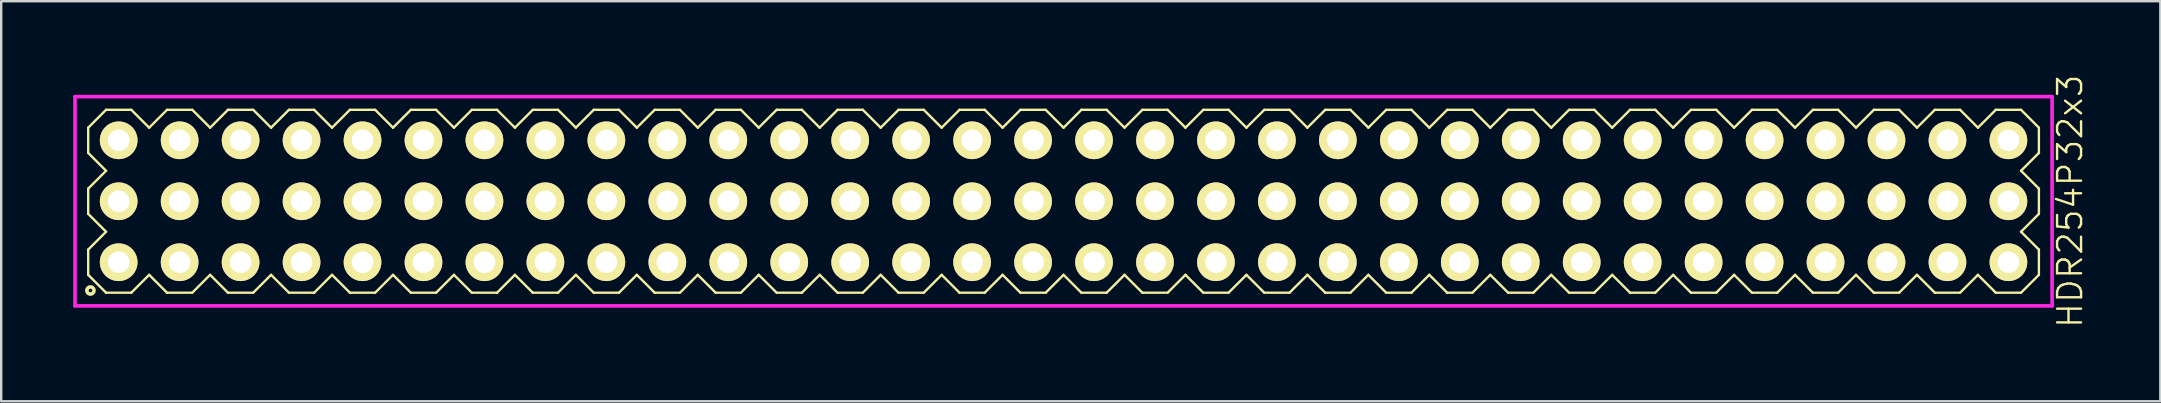
<source format=kicad_pcb>
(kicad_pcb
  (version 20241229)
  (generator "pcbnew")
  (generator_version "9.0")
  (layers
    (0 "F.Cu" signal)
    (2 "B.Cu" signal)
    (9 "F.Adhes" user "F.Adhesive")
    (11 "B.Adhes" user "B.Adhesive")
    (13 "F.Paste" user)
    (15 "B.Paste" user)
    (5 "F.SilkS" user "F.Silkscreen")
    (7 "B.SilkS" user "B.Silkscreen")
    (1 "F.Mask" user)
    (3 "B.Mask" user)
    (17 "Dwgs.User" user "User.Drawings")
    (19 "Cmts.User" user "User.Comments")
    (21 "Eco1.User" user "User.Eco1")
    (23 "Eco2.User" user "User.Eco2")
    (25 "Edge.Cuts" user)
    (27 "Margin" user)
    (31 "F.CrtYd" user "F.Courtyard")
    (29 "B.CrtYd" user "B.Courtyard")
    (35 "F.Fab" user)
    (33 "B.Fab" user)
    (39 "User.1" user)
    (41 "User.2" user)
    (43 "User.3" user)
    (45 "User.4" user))
  (footprint "HDR254P32x3"
    (layer "F.Cu")
    (at 41.265 5.336)
    (property "Reference" "HDR254P32x3" (at 41.94 0 90) (layer "F.SilkS") (effects (font (size 1 1) (thickness 0.1))))
    (attr through_hole)
    (fp_line (start -40.64 -3.066) (end -39.896 -3.81) (stroke (width 0.1) (type solid)) (layer "F.SilkS"))
    (fp_line (start -40.64 -2.014) (end -40.64 -3.066) (stroke (width 0.1) (type solid)) (layer "F.SilkS"))
    (fp_line (start -40.64 -0.526) (end -39.896 -1.27) (stroke (width 0.1) (type solid)) (layer "F.SilkS"))
    (fp_line (start -40.64 0.526) (end -40.64 -0.526) (stroke (width 0.1) (type solid)) (layer "F.SilkS"))
    (fp_line (start -40.64 2.014) (end -39.896 1.27) (stroke (width 0.1) (type solid)) (layer "F.SilkS"))
    (fp_line (start -40.64 3.066) (end -40.64 2.014) (stroke (width 0.1) (type solid)) (layer "F.SilkS"))
    (fp_line (start -39.896 -3.81) (end -38.844 -3.81) (stroke (width 0.1) (type solid)) (layer "F.SilkS"))
    (fp_line (start -39.896 -1.27) (end -40.64 -2.014) (stroke (width 0.1) (type solid)) (layer "F.SilkS"))
    (fp_line (start -39.896 1.27) (end -40.64 0.526) (stroke (width 0.1) (type solid)) (layer "F.SilkS"))
    (fp_line (start -39.896 3.81) (end -40.64 3.066) (stroke (width 0.1) (type solid)) (layer "F.SilkS"))
    (fp_line (start -38.844 -3.81) (end -38.1 -3.066) (stroke (width 0.1) (type solid)) (layer "F.SilkS"))
    (fp_line (start -38.844 3.81) (end -39.896 3.81) (stroke (width 0.1) (type solid)) (layer "F.SilkS"))
    (fp_line (start -38.1 -3.066) (end -37.356 -3.81) (stroke (width 0.1) (type solid)) (layer "F.SilkS"))
    (fp_line (start -38.1 3.066) (end -38.844 3.81) (stroke (width 0.1) (type solid)) (layer "F.SilkS"))
    (fp_line (start -37.356 -3.81) (end -36.304 -3.81) (stroke (width 0.1) (type solid)) (layer "F.SilkS"))
    (fp_line (start -37.356 3.81) (end -38.1 3.066) (stroke (width 0.1) (type solid)) (layer "F.SilkS"))
    (fp_line (start -36.304 -3.81) (end -35.56 -3.066) (stroke (width 0.1) (type solid)) (layer "F.SilkS"))
    (fp_line (start -36.304 3.81) (end -37.356 3.81) (stroke (width 0.1) (type solid)) (layer "F.SilkS"))
    (fp_line (start -35.56 -3.066) (end -34.816 -3.81) (stroke (width 0.1) (type solid)) (layer "F.SilkS"))
    (fp_line (start -35.56 3.066) (end -36.304 3.81) (stroke (width 0.1) (type solid)) (layer "F.SilkS"))
    (fp_line (start -34.816 -3.81) (end -33.764 -3.81) (stroke (width 0.1) (type solid)) (layer "F.SilkS"))
    (fp_line (start -34.816 3.81) (end -35.56 3.066) (stroke (width 0.1) (type solid)) (layer "F.SilkS"))
    (fp_line (start -33.764 -3.81) (end -33.02 -3.066) (stroke (width 0.1) (type solid)) (layer "F.SilkS"))
    (fp_line (start -33.764 3.81) (end -34.816 3.81) (stroke (width 0.1) (type solid)) (layer "F.SilkS"))
    (fp_line (start -33.02 -3.066) (end -32.276 -3.81) (stroke (width 0.1) (type solid)) (layer "F.SilkS"))
    (fp_line (start -33.02 3.066) (end -33.764 3.81) (stroke (width 0.1) (type solid)) (layer "F.SilkS"))
    (fp_line (start -32.276 -3.81) (end -31.224 -3.81) (stroke (width 0.1) (type solid)) (layer "F.SilkS"))
    (fp_line (start -32.276 3.81) (end -33.02 3.066) (stroke (width 0.1) (type solid)) (layer "F.SilkS"))
    (fp_line (start -31.224 -3.81) (end -30.48 -3.066) (stroke (width 0.1) (type solid)) (layer "F.SilkS"))
    (fp_line (start -31.224 3.81) (end -32.276 3.81) (stroke (width 0.1) (type solid)) (layer "F.SilkS"))
    (fp_line (start -30.48 -3.066) (end -29.736 -3.81) (stroke (width 0.1) (type solid)) (layer "F.SilkS"))
    (fp_line (start -30.48 3.066) (end -31.224 3.81) (stroke (width 0.1) (type solid)) (layer "F.SilkS"))
    (fp_line (start -29.736 -3.81) (end -28.684 -3.81) (stroke (width 0.1) (type solid)) (layer "F.SilkS"))
    (fp_line (start -29.736 3.81) (end -30.48 3.066) (stroke (width 0.1) (type solid)) (layer "F.SilkS"))
    (fp_line (start -28.684 -3.81) (end -27.94 -3.066) (stroke (width 0.1) (type solid)) (layer "F.SilkS"))
    (fp_line (start -28.684 3.81) (end -29.736 3.81) (stroke (width 0.1) (type solid)) (layer "F.SilkS"))
    (fp_line (start -27.94 -3.066) (end -27.196 -3.81) (stroke (width 0.1) (type solid)) (layer "F.SilkS"))
    (fp_line (start -27.94 3.066) (end -28.684 3.81) (stroke (width 0.1) (type solid)) (layer "F.SilkS"))
    (fp_line (start -27.196 -3.81) (end -26.144 -3.81) (stroke (width 0.1) (type solid)) (layer "F.SilkS"))
    (fp_line (start -27.196 3.81) (end -27.94 3.066) (stroke (width 0.1) (type solid)) (layer "F.SilkS"))
    (fp_line (start -26.144 -3.81) (end -25.4 -3.066) (stroke (width 0.1) (type solid)) (layer "F.SilkS"))
    (fp_line (start -26.144 3.81) (end -27.196 3.81) (stroke (width 0.1) (type solid)) (layer "F.SilkS"))
    (fp_line (start -25.4 -3.066) (end -24.656 -3.81) (stroke (width 0.1) (type solid)) (layer "F.SilkS"))
    (fp_line (start -25.4 3.066) (end -26.144 3.81) (stroke (width 0.1) (type solid)) (layer "F.SilkS"))
    (fp_line (start -24.656 -3.81) (end -23.604 -3.81) (stroke (width 0.1) (type solid)) (layer "F.SilkS"))
    (fp_line (start -24.656 3.81) (end -25.4 3.066) (stroke (width 0.1) (type solid)) (layer "F.SilkS"))
    (fp_line (start -23.604 -3.81) (end -22.86 -3.066) (stroke (width 0.1) (type solid)) (layer "F.SilkS"))
    (fp_line (start -23.604 3.81) (end -24.656 3.81) (stroke (width 0.1) (type solid)) (layer "F.SilkS"))
    (fp_line (start -22.86 -3.066) (end -22.116 -3.81) (stroke (width 0.1) (type solid)) (layer "F.SilkS"))
    (fp_line (start -22.86 3.066) (end -23.604 3.81) (stroke (width 0.1) (type solid)) (layer "F.SilkS"))
    (fp_line (start -22.116 -3.81) (end -21.064 -3.81) (stroke (width 0.1) (type solid)) (layer "F.SilkS"))
    (fp_line (start -22.116 3.81) (end -22.86 3.066) (stroke (width 0.1) (type solid)) (layer "F.SilkS"))
    (fp_line (start -21.064 -3.81) (end -20.32 -3.066) (stroke (width 0.1) (type solid)) (layer "F.SilkS"))
    (fp_line (start -21.064 3.81) (end -22.116 3.81) (stroke (width 0.1) (type solid)) (layer "F.SilkS"))
    (fp_line (start -20.32 -3.066) (end -19.576 -3.81) (stroke (width 0.1) (type solid)) (layer "F.SilkS"))
    (fp_line (start -20.32 3.066) (end -21.064 3.81) (stroke (width 0.1) (type solid)) (layer "F.SilkS"))
    (fp_line (start -19.576 -3.81) (end -18.524 -3.81) (stroke (width 0.1) (type solid)) (layer "F.SilkS"))
    (fp_line (start -19.576 3.81) (end -20.32 3.066) (stroke (width 0.1) (type solid)) (layer "F.SilkS"))
    (fp_line (start -18.524 -3.81) (end -17.78 -3.066) (stroke (width 0.1) (type solid)) (layer "F.SilkS"))
    (fp_line (start -18.524 3.81) (end -19.576 3.81) (stroke (width 0.1) (type solid)) (layer "F.SilkS"))
    (fp_line (start -17.78 -3.066) (end -17.036 -3.81) (stroke (width 0.1) (type solid)) (layer "F.SilkS"))
    (fp_line (start -17.78 3.066) (end -18.524 3.81) (stroke (width 0.1) (type solid)) (layer "F.SilkS"))
    (fp_line (start -17.036 -3.81) (end -15.984 -3.81) (stroke (width 0.1) (type solid)) (layer "F.SilkS"))
    (fp_line (start -17.036 3.81) (end -17.78 3.066) (stroke (width 0.1) (type solid)) (layer "F.SilkS"))
    (fp_line (start -15.984 -3.81) (end -15.24 -3.066) (stroke (width 0.1) (type solid)) (layer "F.SilkS"))
    (fp_line (start -15.984 3.81) (end -17.036 3.81) (stroke (width 0.1) (type solid)) (layer "F.SilkS"))
    (fp_line (start -15.24 -3.066) (end -14.496 -3.81) (stroke (width 0.1) (type solid)) (layer "F.SilkS"))
    (fp_line (start -15.24 3.066) (end -15.984 3.81) (stroke (width 0.1) (type solid)) (layer "F.SilkS"))
    (fp_line (start -14.496 -3.81) (end -13.444 -3.81) (stroke (width 0.1) (type solid)) (layer "F.SilkS"))
    (fp_line (start -14.496 3.81) (end -15.24 3.066) (stroke (width 0.1) (type solid)) (layer "F.SilkS"))
    (fp_line (start -13.444 -3.81) (end -12.7 -3.066) (stroke (width 0.1) (type solid)) (layer "F.SilkS"))
    (fp_line (start -13.444 3.81) (end -14.496 3.81) (stroke (width 0.1) (type solid)) (layer "F.SilkS"))
    (fp_line (start -12.7 -3.066) (end -11.956 -3.81) (stroke (width 0.1) (type solid)) (layer "F.SilkS"))
    (fp_line (start -12.7 3.066) (end -13.444 3.81) (stroke (width 0.1) (type solid)) (layer "F.SilkS"))
    (fp_line (start -11.956 -3.81) (end -10.904 -3.81) (stroke (width 0.1) (type solid)) (layer "F.SilkS"))
    (fp_line (start -11.956 3.81) (end -12.7 3.066) (stroke (width 0.1) (type solid)) (layer "F.SilkS"))
    (fp_line (start -10.904 -3.81) (end -10.16 -3.066) (stroke (width 0.1) (type solid)) (layer "F.SilkS"))
    (fp_line (start -10.904 3.81) (end -11.956 3.81) (stroke (width 0.1) (type solid)) (layer "F.SilkS"))
    (fp_line (start -10.16 -3.066) (end -9.416 -3.81) (stroke (width 0.1) (type solid)) (layer "F.SilkS"))
    (fp_line (start -10.16 3.066) (end -10.904 3.81) (stroke (width 0.1) (type solid)) (layer "F.SilkS"))
    (fp_line (start -9.416 -3.81) (end -8.364 -3.81) (stroke (width 0.1) (type solid)) (layer "F.SilkS"))
    (fp_line (start -9.416 3.81) (end -10.16 3.066) (stroke (width 0.1) (type solid)) (layer "F.SilkS"))
    (fp_line (start -8.364 -3.81) (end -7.62 -3.066) (stroke (width 0.1) (type solid)) (layer "F.SilkS"))
    (fp_line (start -8.364 3.81) (end -9.416 3.81) (stroke (width 0.1) (type solid)) (layer "F.SilkS"))
    (fp_line (start -7.62 -3.066) (end -6.876 -3.81) (stroke (width 0.1) (type solid)) (layer "F.SilkS"))
    (fp_line (start -7.62 3.066) (end -8.364 3.81) (stroke (width 0.1) (type solid)) (layer "F.SilkS"))
    (fp_line (start -6.876 -3.81) (end -5.824 -3.81) (stroke (width 0.1) (type solid)) (layer "F.SilkS"))
    (fp_line (start -6.876 3.81) (end -7.62 3.066) (stroke (width 0.1) (type solid)) (layer "F.SilkS"))
    (fp_line (start -5.824 -3.81) (end -5.08 -3.066) (stroke (width 0.1) (type solid)) (layer "F.SilkS"))
    (fp_line (start -5.824 3.81) (end -6.876 3.81) (stroke (width 0.1) (type solid)) (layer "F.SilkS"))
    (fp_line (start -5.08 -3.066) (end -4.336 -3.81) (stroke (width 0.1) (type solid)) (layer "F.SilkS"))
    (fp_line (start -5.08 3.066) (end -5.824 3.81) (stroke (width 0.1) (type solid)) (layer "F.SilkS"))
    (fp_line (start -4.336 -3.81) (end -3.284 -3.81) (stroke (width 0.1) (type solid)) (layer "F.SilkS"))
    (fp_line (start -4.336 3.81) (end -5.08 3.066) (stroke (width 0.1) (type solid)) (layer "F.SilkS"))
    (fp_line (start -3.284 -3.81) (end -2.54 -3.066) (stroke (width 0.1) (type solid)) (layer "F.SilkS"))
    (fp_line (start -3.284 3.81) (end -4.336 3.81) (stroke (width 0.1) (type solid)) (layer "F.SilkS"))
    (fp_line (start -2.54 -3.066) (end -1.796 -3.81) (stroke (width 0.1) (type solid)) (layer "F.SilkS"))
    (fp_line (start -2.54 3.066) (end -3.284 3.81) (stroke (width 0.1) (type solid)) (layer "F.SilkS"))
    (fp_line (start -1.796 -3.81) (end -0.744 -3.81) (stroke (width 0.1) (type solid)) (layer "F.SilkS"))
    (fp_line (start -1.796 3.81) (end -2.54 3.066) (stroke (width 0.1) (type solid)) (layer "F.SilkS"))
    (fp_line (start -0.744 -3.81) (end 0 -3.066) (stroke (width 0.1) (type solid)) (layer "F.SilkS"))
    (fp_line (start -0.744 3.81) (end -1.796 3.81) (stroke (width 0.1) (type solid)) (layer "F.SilkS"))
    (fp_line (start 0 -3.066) (end 0.744 -3.81) (stroke (width 0.1) (type solid)) (layer "F.SilkS"))
    (fp_line (start 0 3.066) (end -0.744 3.81) (stroke (width 0.1) (type solid)) (layer "F.SilkS"))
    (fp_line (start 0.744 -3.81) (end 1.796 -3.81) (stroke (width 0.1) (type solid)) (layer "F.SilkS"))
    (fp_line (start 0.744 3.81) (end 0 3.066) (stroke (width 0.1) (type solid)) (layer "F.SilkS"))
    (fp_line (start 1.796 -3.81) (end 2.54 -3.066) (stroke (width 0.1) (type solid)) (layer "F.SilkS"))
    (fp_line (start 1.796 3.81) (end 0.744 3.81) (stroke (width 0.1) (type solid)) (layer "F.SilkS"))
    (fp_line (start 2.54 -3.066) (end 3.284 -3.81) (stroke (width 0.1) (type solid)) (layer "F.SilkS"))
    (fp_line (start 2.54 3.066) (end 1.796 3.81) (stroke (width 0.1) (type solid)) (layer "F.SilkS"))
    (fp_line (start 3.284 -3.81) (end 4.336 -3.81) (stroke (width 0.1) (type solid)) (layer "F.SilkS"))
    (fp_line (start 3.284 3.81) (end 2.54 3.066) (stroke (width 0.1) (type solid)) (layer "F.SilkS"))
    (fp_line (start 4.336 -3.81) (end 5.08 -3.066) (stroke (width 0.1) (type solid)) (layer "F.SilkS"))
    (fp_line (start 4.336 3.81) (end 3.284 3.81) (stroke (width 0.1) (type solid)) (layer "F.SilkS"))
    (fp_line (start 5.08 -3.066) (end 5.824 -3.81) (stroke (width 0.1) (type solid)) (layer "F.SilkS"))
    (fp_line (start 5.08 3.066) (end 4.336 3.81) (stroke (width 0.1) (type solid)) (layer "F.SilkS"))
    (fp_line (start 5.824 -3.81) (end 6.876 -3.81) (stroke (width 0.1) (type solid)) (layer "F.SilkS"))
    (fp_line (start 5.824 3.81) (end 5.08 3.066) (stroke (width 0.1) (type solid)) (layer "F.SilkS"))
    (fp_line (start 6.876 -3.81) (end 7.62 -3.066) (stroke (width 0.1) (type solid)) (layer "F.SilkS"))
    (fp_line (start 6.876 3.81) (end 5.824 3.81) (stroke (width 0.1) (type solid)) (layer "F.SilkS"))
    (fp_line (start 7.62 -3.066) (end 8.364 -3.81) (stroke (width 0.1) (type solid)) (layer "F.SilkS"))
    (fp_line (start 7.62 3.066) (end 6.876 3.81) (stroke (width 0.1) (type solid)) (layer "F.SilkS"))
    (fp_line (start 8.364 -3.81) (end 9.416 -3.81) (stroke (width 0.1) (type solid)) (layer "F.SilkS"))
    (fp_line (start 8.364 3.81) (end 7.62 3.066) (stroke (width 0.1) (type solid)) (layer "F.SilkS"))
    (fp_line (start 9.416 -3.81) (end 10.16 -3.066) (stroke (width 0.1) (type solid)) (layer "F.SilkS"))
    (fp_line (start 9.416 3.81) (end 8.364 3.81) (stroke (width 0.1) (type solid)) (layer "F.SilkS"))
    (fp_line (start 10.16 -3.066) (end 10.904 -3.81) (stroke (width 0.1) (type solid)) (layer "F.SilkS"))
    (fp_line (start 10.16 3.066) (end 9.416 3.81) (stroke (width 0.1) (type solid)) (layer "F.SilkS"))
    (fp_line (start 10.904 -3.81) (end 11.956 -3.81) (stroke (width 0.1) (type solid)) (layer "F.SilkS"))
    (fp_line (start 10.904 3.81) (end 10.16 3.066) (stroke (width 0.1) (type solid)) (layer "F.SilkS"))
    (fp_line (start 11.956 -3.81) (end 12.7 -3.066) (stroke (width 0.1) (type solid)) (layer "F.SilkS"))
    (fp_line (start 11.956 3.81) (end 10.904 3.81) (stroke (width 0.1) (type solid)) (layer "F.SilkS"))
    (fp_line (start 12.7 -3.066) (end 13.444 -3.81) (stroke (width 0.1) (type solid)) (layer "F.SilkS"))
    (fp_line (start 12.7 3.066) (end 11.956 3.81) (stroke (width 0.1) (type solid)) (layer "F.SilkS"))
    (fp_line (start 13.444 -3.81) (end 14.496 -3.81) (stroke (width 0.1) (type solid)) (layer "F.SilkS"))
    (fp_line (start 13.444 3.81) (end 12.7 3.066) (stroke (width 0.1) (type solid)) (layer "F.SilkS"))
    (fp_line (start 14.496 -3.81) (end 15.24 -3.066) (stroke (width 0.1) (type solid)) (layer "F.SilkS"))
    (fp_line (start 14.496 3.81) (end 13.444 3.81) (stroke (width 0.1) (type solid)) (layer "F.SilkS"))
    (fp_line (start 15.24 -3.066) (end 15.984 -3.81) (stroke (width 0.1) (type solid)) (layer "F.SilkS"))
    (fp_line (start 15.24 3.066) (end 14.496 3.81) (stroke (width 0.1) (type solid)) (layer "F.SilkS"))
    (fp_line (start 15.984 -3.81) (end 17.036 -3.81) (stroke (width 0.1) (type solid)) (layer "F.SilkS"))
    (fp_line (start 15.984 3.81) (end 15.24 3.066) (stroke (width 0.1) (type solid)) (layer "F.SilkS"))
    (fp_line (start 17.036 -3.81) (end 17.78 -3.066) (stroke (width 0.1) (type solid)) (layer "F.SilkS"))
    (fp_line (start 17.036 3.81) (end 15.984 3.81) (stroke (width 0.1) (type solid)) (layer "F.SilkS"))
    (fp_line (start 17.78 -3.066) (end 18.524 -3.81) (stroke (width 0.1) (type solid)) (layer "F.SilkS"))
    (fp_line (start 17.78 3.066) (end 17.036 3.81) (stroke (width 0.1) (type solid)) (layer "F.SilkS"))
    (fp_line (start 18.524 -3.81) (end 19.576 -3.81) (stroke (width 0.1) (type solid)) (layer "F.SilkS"))
    (fp_line (start 18.524 3.81) (end 17.78 3.066) (stroke (width 0.1) (type solid)) (layer "F.SilkS"))
    (fp_line (start 19.576 -3.81) (end 20.32 -3.066) (stroke (width 0.1) (type solid)) (layer "F.SilkS"))
    (fp_line (start 19.576 3.81) (end 18.524 3.81) (stroke (width 0.1) (type solid)) (layer "F.SilkS"))
    (fp_line (start 20.32 -3.066) (end 21.064 -3.81) (stroke (width 0.1) (type solid)) (layer "F.SilkS"))
    (fp_line (start 20.32 3.066) (end 19.576 3.81) (stroke (width 0.1) (type solid)) (layer "F.SilkS"))
    (fp_line (start 21.064 -3.81) (end 22.116 -3.81) (stroke (width 0.1) (type solid)) (layer "F.SilkS"))
    (fp_line (start 21.064 3.81) (end 20.32 3.066) (stroke (width 0.1) (type solid)) (layer "F.SilkS"))
    (fp_line (start 22.116 -3.81) (end 22.86 -3.066) (stroke (width 0.1) (type solid)) (layer "F.SilkS"))
    (fp_line (start 22.116 3.81) (end 21.064 3.81) (stroke (width 0.1) (type solid)) (layer "F.SilkS"))
    (fp_line (start 22.86 -3.066) (end 23.604 -3.81) (stroke (width 0.1) (type solid)) (layer "F.SilkS"))
    (fp_line (start 22.86 3.066) (end 22.116 3.81) (stroke (width 0.1) (type solid)) (layer "F.SilkS"))
    (fp_line (start 23.604 -3.81) (end 24.656 -3.81) (stroke (width 0.1) (type solid)) (layer "F.SilkS"))
    (fp_line (start 23.604 3.81) (end 22.86 3.066) (stroke (width 0.1) (type solid)) (layer "F.SilkS"))
    (fp_line (start 24.656 -3.81) (end 25.4 -3.066) (stroke (width 0.1) (type solid)) (layer "F.SilkS"))
    (fp_line (start 24.656 3.81) (end 23.604 3.81) (stroke (width 0.1) (type solid)) (layer "F.SilkS"))
    (fp_line (start 25.4 -3.066) (end 26.144 -3.81) (stroke (width 0.1) (type solid)) (layer "F.SilkS"))
    (fp_line (start 25.4 3.066) (end 24.656 3.81) (stroke (width 0.1) (type solid)) (layer "F.SilkS"))
    (fp_line (start 26.144 -3.81) (end 27.196 -3.81) (stroke (width 0.1) (type solid)) (layer "F.SilkS"))
    (fp_line (start 26.144 3.81) (end 25.4 3.066) (stroke (width 0.1) (type solid)) (layer "F.SilkS"))
    (fp_line (start 27.196 -3.81) (end 27.94 -3.066) (stroke (width 0.1) (type solid)) (layer "F.SilkS"))
    (fp_line (start 27.196 3.81) (end 26.144 3.81) (stroke (width 0.1) (type solid)) (layer "F.SilkS"))
    (fp_line (start 27.94 -3.066) (end 28.684 -3.81) (stroke (width 0.1) (type solid)) (layer "F.SilkS"))
    (fp_line (start 27.94 3.066) (end 27.196 3.81) (stroke (width 0.1) (type solid)) (layer "F.SilkS"))
    (fp_line (start 28.684 -3.81) (end 29.736 -3.81) (stroke (width 0.1) (type solid)) (layer "F.SilkS"))
    (fp_line (start 28.684 3.81) (end 27.94 3.066) (stroke (width 0.1) (type solid)) (layer "F.SilkS"))
    (fp_line (start 29.736 -3.81) (end 30.48 -3.066) (stroke (width 0.1) (type solid)) (layer "F.SilkS"))
    (fp_line (start 29.736 3.81) (end 28.684 3.81) (stroke (width 0.1) (type solid)) (layer "F.SilkS"))
    (fp_line (start 30.48 -3.066) (end 31.224 -3.81) (stroke (width 0.1) (type solid)) (layer "F.SilkS"))
    (fp_line (start 30.48 3.066) (end 29.736 3.81) (stroke (width 0.1) (type solid)) (layer "F.SilkS"))
    (fp_line (start 31.224 -3.81) (end 32.276 -3.81) (stroke (width 0.1) (type solid)) (layer "F.SilkS"))
    (fp_line (start 31.224 3.81) (end 30.48 3.066) (stroke (width 0.1) (type solid)) (layer "F.SilkS"))
    (fp_line (start 32.276 -3.81) (end 33.02 -3.066) (stroke (width 0.1) (type solid)) (layer "F.SilkS"))
    (fp_line (start 32.276 3.81) (end 31.224 3.81) (stroke (width 0.1) (type solid)) (layer "F.SilkS"))
    (fp_line (start 33.02 -3.066) (end 33.764 -3.81) (stroke (width 0.1) (type solid)) (layer "F.SilkS"))
    (fp_line (start 33.02 3.066) (end 32.276 3.81) (stroke (width 0.1) (type solid)) (layer "F.SilkS"))
    (fp_line (start 33.764 -3.81) (end 34.816 -3.81) (stroke (width 0.1) (type solid)) (layer "F.SilkS"))
    (fp_line (start 33.764 3.81) (end 33.02 3.066) (stroke (width 0.1) (type solid)) (layer "F.SilkS"))
    (fp_line (start 34.816 -3.81) (end 35.56 -3.066) (stroke (width 0.1) (type solid)) (layer "F.SilkS"))
    (fp_line (start 34.816 3.81) (end 33.764 3.81) (stroke (width 0.1) (type solid)) (layer "F.SilkS"))
    (fp_line (start 35.56 -3.066) (end 36.304 -3.81) (stroke (width 0.1) (type solid)) (layer "F.SilkS"))
    (fp_line (start 35.56 3.066) (end 34.816 3.81) (stroke (width 0.1) (type solid)) (layer "F.SilkS"))
    (fp_line (start 36.304 -3.81) (end 37.356 -3.81) (stroke (width 0.1) (type solid)) (layer "F.SilkS"))
    (fp_line (start 36.304 3.81) (end 35.56 3.066) (stroke (width 0.1) (type solid)) (layer "F.SilkS"))
    (fp_line (start 37.356 -3.81) (end 38.1 -3.066) (stroke (width 0.1) (type solid)) (layer "F.SilkS"))
    (fp_line (start 37.356 3.81) (end 36.304 3.81) (stroke (width 0.1) (type solid)) (layer "F.SilkS"))
    (fp_line (start 38.1 -3.066) (end 38.844 -3.81) (stroke (width 0.1) (type solid)) (layer "F.SilkS"))
    (fp_line (start 38.1 3.066) (end 37.356 3.81) (stroke (width 0.1) (type solid)) (layer "F.SilkS"))
    (fp_line (start 38.844 -3.81) (end 39.896 -3.81) (stroke (width 0.1) (type solid)) (layer "F.SilkS"))
    (fp_line (start 38.844 3.81) (end 38.1 3.066) (stroke (width 0.1) (type solid)) (layer "F.SilkS"))
    (fp_line (start 39.896 -3.81) (end 40.64 -3.066) (stroke (width 0.1) (type solid)) (layer "F.SilkS"))
    (fp_line (start 39.896 -1.27) (end 40.64 -0.526) (stroke (width 0.1) (type solid)) (layer "F.SilkS"))
    (fp_line (start 39.896 1.27) (end 40.64 2.014) (stroke (width 0.1) (type solid)) (layer "F.SilkS"))
    (fp_line (start 39.896 3.81) (end 38.844 3.81) (stroke (width 0.1) (type solid)) (layer "F.SilkS"))
    (fp_line (start 40.64 -3.066) (end 40.64 -2.014) (stroke (width 0.1) (type solid)) (layer "F.SilkS"))
    (fp_line (start 40.64 -2.014) (end 39.896 -1.27) (stroke (width 0.1) (type solid)) (layer "F.SilkS"))
    (fp_line (start 40.64 -0.526) (end 40.64 0.526) (stroke (width 0.1) (type solid)) (layer "F.SilkS"))
    (fp_line (start 40.64 0.526) (end 39.896 1.27) (stroke (width 0.1) (type solid)) (layer "F.SilkS"))
    (fp_line (start 40.64 2.014) (end 40.64 3.066) (stroke (width 0.1) (type solid)) (layer "F.SilkS"))
    (fp_line (start 40.64 3.066) (end 39.896 3.81) (stroke (width 0.1) (type solid)) (layer "F.SilkS"))
    (fp_circle (center -40.547 3.718) (end -40.397 3.718) (stroke (width 0.15) (type solid)) (fill no) (layer "F.SilkS"))
    (fp_line (start -41.19 -4.36) (end -41.19 4.36) (stroke (width 0.15) (type solid)) (layer "F.CrtYd"))
    (fp_line (start -41.19 4.36) (end 41.19 4.36) (stroke (width 0.15) (type solid)) (layer "F.CrtYd"))
    (fp_line (start 41.19 -4.36) (end -41.19 -4.36) (stroke (width 0.15) (type solid)) (layer "F.CrtYd"))
    (fp_line (start 41.19 4.36) (end 41.19 -4.36) (stroke (width 0.15) (type solid)) (layer "F.CrtYd"))
    (pad "1" thru_hole oval (at -39.37 2.54) (size 1.57 1.57) (drill 0.9) (layers "*.Cu" "*.Mask" "F.SilkS"))
    (pad "2" thru_hole oval (at -39.37 0) (size 1.57 1.57) (drill 0.9) (layers "*.Cu" "*.Mask" "F.SilkS"))
    (pad "3" thru_hole oval (at -39.37 -2.54) (size 1.57 1.57) (drill 0.9) (layers "*.Cu" "*.Mask" "F.SilkS"))
    (pad "4" thru_hole oval (at -36.83 2.54) (size 1.57 1.57) (drill 0.9) (layers "*.Cu" "*.Mask" "F.SilkS"))
    (pad "5" thru_hole oval (at -36.83 0) (size 1.57 1.57) (drill 0.9) (layers "*.Cu" "*.Mask" "F.SilkS"))
    (pad "6" thru_hole oval (at -36.83 -2.54) (size 1.57 1.57) (drill 0.9) (layers "*.Cu" "*.Mask" "F.SilkS"))
    (pad "7" thru_hole oval (at -34.29 2.54) (size 1.57 1.57) (drill 0.9) (layers "*.Cu" "*.Mask" "F.SilkS"))
    (pad "8" thru_hole oval (at -34.29 0) (size 1.57 1.57) (drill 0.9) (layers "*.Cu" "*.Mask" "F.SilkS"))
    (pad "9" thru_hole oval (at -34.29 -2.54) (size 1.57 1.57) (drill 0.9) (layers "*.Cu" "*.Mask" "F.SilkS"))
    (pad "10" thru_hole oval (at -31.75 2.54) (size 1.57 1.57) (drill 0.9) (layers "*.Cu" "*.Mask" "F.SilkS"))
    (pad "11" thru_hole oval (at -31.75 0) (size 1.57 1.57) (drill 0.9) (layers "*.Cu" "*.Mask" "F.SilkS"))
    (pad "12" thru_hole oval (at -31.75 -2.54) (size 1.57 1.57) (drill 0.9) (layers "*.Cu" "*.Mask" "F.SilkS"))
    (pad "13" thru_hole oval (at -29.21 2.54) (size 1.57 1.57) (drill 0.9) (layers "*.Cu" "*.Mask" "F.SilkS"))
    (pad "14" thru_hole oval (at -29.21 0) (size 1.57 1.57) (drill 0.9) (layers "*.Cu" "*.Mask" "F.SilkS"))
    (pad "15" thru_hole oval (at -29.21 -2.54) (size 1.57 1.57) (drill 0.9) (layers "*.Cu" "*.Mask" "F.SilkS"))
    (pad "16" thru_hole oval (at -26.67 2.54) (size 1.57 1.57) (drill 0.9) (layers "*.Cu" "*.Mask" "F.SilkS"))
    (pad "17" thru_hole oval (at -26.67 0) (size 1.57 1.57) (drill 0.9) (layers "*.Cu" "*.Mask" "F.SilkS"))
    (pad "18" thru_hole oval (at -26.67 -2.54) (size 1.57 1.57) (drill 0.9) (layers "*.Cu" "*.Mask" "F.SilkS"))
    (pad "19" thru_hole oval (at -24.13 2.54) (size 1.57 1.57) (drill 0.9) (layers "*.Cu" "*.Mask" "F.SilkS"))
    (pad "20" thru_hole oval (at -24.13 0) (size 1.57 1.57) (drill 0.9) (layers "*.Cu" "*.Mask" "F.SilkS"))
    (pad "21" thru_hole oval (at -24.13 -2.54) (size 1.57 1.57) (drill 0.9) (layers "*.Cu" "*.Mask" "F.SilkS"))
    (pad "22" thru_hole oval (at -21.59 2.54) (size 1.57 1.57) (drill 0.9) (layers "*.Cu" "*.Mask" "F.SilkS"))
    (pad "23" thru_hole oval (at -21.59 0) (size 1.57 1.57) (drill 0.9) (layers "*.Cu" "*.Mask" "F.SilkS"))
    (pad "24" thru_hole oval (at -21.59 -2.54) (size 1.57 1.57) (drill 0.9) (layers "*.Cu" "*.Mask" "F.SilkS"))
    (pad "25" thru_hole oval (at -19.05 2.54) (size 1.57 1.57) (drill 0.9) (layers "*.Cu" "*.Mask" "F.SilkS"))
    (pad "26" thru_hole oval (at -19.05 0) (size 1.57 1.57) (drill 0.9) (layers "*.Cu" "*.Mask" "F.SilkS"))
    (pad "27" thru_hole oval (at -19.05 -2.54) (size 1.57 1.57) (drill 0.9) (layers "*.Cu" "*.Mask" "F.SilkS"))
    (pad "28" thru_hole oval (at -16.51 2.54) (size 1.57 1.57) (drill 0.9) (layers "*.Cu" "*.Mask" "F.SilkS"))
    (pad "29" thru_hole oval (at -16.51 0) (size 1.57 1.57) (drill 0.9) (layers "*.Cu" "*.Mask" "F.SilkS"))
    (pad "30" thru_hole oval (at -16.51 -2.54) (size 1.57 1.57) (drill 0.9) (layers "*.Cu" "*.Mask" "F.SilkS"))
    (pad "31" thru_hole oval (at -13.97 2.54) (size 1.57 1.57) (drill 0.9) (layers "*.Cu" "*.Mask" "F.SilkS"))
    (pad "32" thru_hole oval (at -13.97 0) (size 1.57 1.57) (drill 0.9) (layers "*.Cu" "*.Mask" "F.SilkS"))
    (pad "33" thru_hole oval (at -13.97 -2.54) (size 1.57 1.57) (drill 0.9) (layers "*.Cu" "*.Mask" "F.SilkS"))
    (pad "34" thru_hole oval (at -11.43 2.54) (size 1.57 1.57) (drill 0.9) (layers "*.Cu" "*.Mask" "F.SilkS"))
    (pad "35" thru_hole oval (at -11.43 0) (size 1.57 1.57) (drill 0.9) (layers "*.Cu" "*.Mask" "F.SilkS"))
    (pad "36" thru_hole oval (at -11.43 -2.54) (size 1.57 1.57) (drill 0.9) (layers "*.Cu" "*.Mask" "F.SilkS"))
    (pad "37" thru_hole oval (at -8.89 2.54) (size 1.57 1.57) (drill 0.9) (layers "*.Cu" "*.Mask" "F.SilkS"))
    (pad "38" thru_hole oval (at -8.89 0) (size 1.57 1.57) (drill 0.9) (layers "*.Cu" "*.Mask" "F.SilkS"))
    (pad "39" thru_hole oval (at -8.89 -2.54) (size 1.57 1.57) (drill 0.9) (layers "*.Cu" "*.Mask" "F.SilkS"))
    (pad "40" thru_hole oval (at -6.35 2.54) (size 1.57 1.57) (drill 0.9) (layers "*.Cu" "*.Mask" "F.SilkS"))
    (pad "41" thru_hole oval (at -6.35 0) (size 1.57 1.57) (drill 0.9) (layers "*.Cu" "*.Mask" "F.SilkS"))
    (pad "42" thru_hole oval (at -6.35 -2.54) (size 1.57 1.57) (drill 0.9) (layers "*.Cu" "*.Mask" "F.SilkS"))
    (pad "43" thru_hole oval (at -3.81 2.54) (size 1.57 1.57) (drill 0.9) (layers "*.Cu" "*.Mask" "F.SilkS"))
    (pad "44" thru_hole oval (at -3.81 0) (size 1.57 1.57) (drill 0.9) (layers "*.Cu" "*.Mask" "F.SilkS"))
    (pad "45" thru_hole oval (at -3.81 -2.54) (size 1.57 1.57) (drill 0.9) (layers "*.Cu" "*.Mask" "F.SilkS"))
    (pad "46" thru_hole oval (at -1.27 2.54) (size 1.57 1.57) (drill 0.9) (layers "*.Cu" "*.Mask" "F.SilkS"))
    (pad "47" thru_hole oval (at -1.27 0) (size 1.57 1.57) (drill 0.9) (layers "*.Cu" "*.Mask" "F.SilkS"))
    (pad "48" thru_hole oval (at -1.27 -2.54) (size 1.57 1.57) (drill 0.9) (layers "*.Cu" "*.Mask" "F.SilkS"))
    (pad "49" thru_hole oval (at 1.27 2.54) (size 1.57 1.57) (drill 0.9) (layers "*.Cu" "*.Mask" "F.SilkS"))
    (pad "50" thru_hole oval (at 1.27 0) (size 1.57 1.57) (drill 0.9) (layers "*.Cu" "*.Mask" "F.SilkS"))
    (pad "51" thru_hole oval (at 1.27 -2.54) (size 1.57 1.57) (drill 0.9) (layers "*.Cu" "*.Mask" "F.SilkS"))
    (pad "52" thru_hole oval (at 3.81 2.54) (size 1.57 1.57) (drill 0.9) (layers "*.Cu" "*.Mask" "F.SilkS"))
    (pad "53" thru_hole oval (at 3.81 0) (size 1.57 1.57) (drill 0.9) (layers "*.Cu" "*.Mask" "F.SilkS"))
    (pad "54" thru_hole oval (at 3.81 -2.54) (size 1.57 1.57) (drill 0.9) (layers "*.Cu" "*.Mask" "F.SilkS"))
    (pad "55" thru_hole oval (at 6.35 2.54) (size 1.57 1.57) (drill 0.9) (layers "*.Cu" "*.Mask" "F.SilkS"))
    (pad "56" thru_hole oval (at 6.35 0) (size 1.57 1.57) (drill 0.9) (layers "*.Cu" "*.Mask" "F.SilkS"))
    (pad "57" thru_hole oval (at 6.35 -2.54) (size 1.57 1.57) (drill 0.9) (layers "*.Cu" "*.Mask" "F.SilkS"))
    (pad "58" thru_hole oval (at 8.89 2.54) (size 1.57 1.57) (drill 0.9) (layers "*.Cu" "*.Mask" "F.SilkS"))
    (pad "59" thru_hole oval (at 8.89 0) (size 1.57 1.57) (drill 0.9) (layers "*.Cu" "*.Mask" "F.SilkS"))
    (pad "60" thru_hole oval (at 8.89 -2.54) (size 1.57 1.57) (drill 0.9) (layers "*.Cu" "*.Mask" "F.SilkS"))
    (pad "61" thru_hole oval (at 11.43 2.54) (size 1.57 1.57) (drill 0.9) (layers "*.Cu" "*.Mask" "F.SilkS"))
    (pad "62" thru_hole oval (at 11.43 0) (size 1.57 1.57) (drill 0.9) (layers "*.Cu" "*.Mask" "F.SilkS"))
    (pad "63" thru_hole oval (at 11.43 -2.54) (size 1.57 1.57) (drill 0.9) (layers "*.Cu" "*.Mask" "F.SilkS"))
    (pad "64" thru_hole oval (at 13.97 2.54) (size 1.57 1.57) (drill 0.9) (layers "*.Cu" "*.Mask" "F.SilkS"))
    (pad "65" thru_hole oval (at 13.97 0) (size 1.57 1.57) (drill 0.9) (layers "*.Cu" "*.Mask" "F.SilkS"))
    (pad "66" thru_hole oval (at 13.97 -2.54) (size 1.57 1.57) (drill 0.9) (layers "*.Cu" "*.Mask" "F.SilkS"))
    (pad "67" thru_hole oval (at 16.51 2.54) (size 1.57 1.57) (drill 0.9) (layers "*.Cu" "*.Mask" "F.SilkS"))
    (pad "68" thru_hole oval (at 16.51 0) (size 1.57 1.57) (drill 0.9) (layers "*.Cu" "*.Mask" "F.SilkS"))
    (pad "69" thru_hole oval (at 16.51 -2.54) (size 1.57 1.57) (drill 0.9) (layers "*.Cu" "*.Mask" "F.SilkS"))
    (pad "70" thru_hole oval (at 19.05 2.54) (size 1.57 1.57) (drill 0.9) (layers "*.Cu" "*.Mask" "F.SilkS"))
    (pad "71" thru_hole oval (at 19.05 0) (size 1.57 1.57) (drill 0.9) (layers "*.Cu" "*.Mask" "F.SilkS"))
    (pad "72" thru_hole oval (at 19.05 -2.54) (size 1.57 1.57) (drill 0.9) (layers "*.Cu" "*.Mask" "F.SilkS"))
    (pad "73" thru_hole oval (at 21.59 2.54) (size 1.57 1.57) (drill 0.9) (layers "*.Cu" "*.Mask" "F.SilkS"))
    (pad "74" thru_hole oval (at 21.59 0) (size 1.57 1.57) (drill 0.9) (layers "*.Cu" "*.Mask" "F.SilkS"))
    (pad "75" thru_hole oval (at 21.59 -2.54) (size 1.57 1.57) (drill 0.9) (layers "*.Cu" "*.Mask" "F.SilkS"))
    (pad "76" thru_hole oval (at 24.13 2.54) (size 1.57 1.57) (drill 0.9) (layers "*.Cu" "*.Mask" "F.SilkS"))
    (pad "77" thru_hole oval (at 24.13 0) (size 1.57 1.57) (drill 0.9) (layers "*.Cu" "*.Mask" "F.SilkS"))
    (pad "78" thru_hole oval (at 24.13 -2.54) (size 1.57 1.57) (drill 0.9) (layers "*.Cu" "*.Mask" "F.SilkS"))
    (pad "79" thru_hole oval (at 26.67 2.54) (size 1.57 1.57) (drill 0.9) (layers "*.Cu" "*.Mask" "F.SilkS"))
    (pad "80" thru_hole oval (at 26.67 0) (size 1.57 1.57) (drill 0.9) (layers "*.Cu" "*.Mask" "F.SilkS"))
    (pad "81" thru_hole oval (at 26.67 -2.54) (size 1.57 1.57) (drill 0.9) (layers "*.Cu" "*.Mask" "F.SilkS"))
    (pad "82" thru_hole oval (at 29.21 2.54) (size 1.57 1.57) (drill 0.9) (layers "*.Cu" "*.Mask" "F.SilkS"))
    (pad "83" thru_hole oval (at 29.21 0) (size 1.57 1.57) (drill 0.9) (layers "*.Cu" "*.Mask" "F.SilkS"))
    (pad "84" thru_hole oval (at 29.21 -2.54) (size 1.57 1.57) (drill 0.9) (layers "*.Cu" "*.Mask" "F.SilkS"))
    (pad "85" thru_hole oval (at 31.75 2.54) (size 1.57 1.57) (drill 0.9) (layers "*.Cu" "*.Mask" "F.SilkS"))
    (pad "86" thru_hole oval (at 31.75 0) (size 1.57 1.57) (drill 0.9) (layers "*.Cu" "*.Mask" "F.SilkS"))
    (pad "87" thru_hole oval (at 31.75 -2.54) (size 1.57 1.57) (drill 0.9) (layers "*.Cu" "*.Mask" "F.SilkS"))
    (pad "88" thru_hole oval (at 34.29 2.54) (size 1.57 1.57) (drill 0.9) (layers "*.Cu" "*.Mask" "F.SilkS"))
    (pad "89" thru_hole oval (at 34.29 0) (size 1.57 1.57) (drill 0.9) (layers "*.Cu" "*.Mask" "F.SilkS"))
    (pad "90" thru_hole oval (at 34.29 -2.54) (size 1.57 1.57) (drill 0.9) (layers "*.Cu" "*.Mask" "F.SilkS"))
    (pad "91" thru_hole oval (at 36.83 2.54) (size 1.57 1.57) (drill 0.9) (layers "*.Cu" "*.Mask" "F.SilkS"))
    (pad "92" thru_hole oval (at 36.83 0) (size 1.57 1.57) (drill 0.9) (layers "*.Cu" "*.Mask" "F.SilkS"))
    (pad "93" thru_hole oval (at 36.83 -2.54) (size 1.57 1.57) (drill 0.9) (layers "*.Cu" "*.Mask" "F.SilkS"))
    (pad "94" thru_hole oval (at 39.37 2.54) (size 1.57 1.57) (drill 0.9) (layers "*.Cu" "*.Mask" "F.SilkS"))
    (pad "95" thru_hole oval (at 39.37 0) (size 1.57 1.57) (drill 0.9) (layers "*.Cu" "*.Mask" "F.SilkS"))
    (pad "96" thru_hole oval (at 39.37 -2.54) (size 1.57 1.57) (drill 0.9) (layers "*.Cu" "*.Mask" "F.SilkS")))
  (gr_rect
    (start -3 -3)
    (end 86.966 13.671)
    (stroke (width 0.1) (type default))
    (fill no)
    (layer "Edge.Cuts")))
</source>
